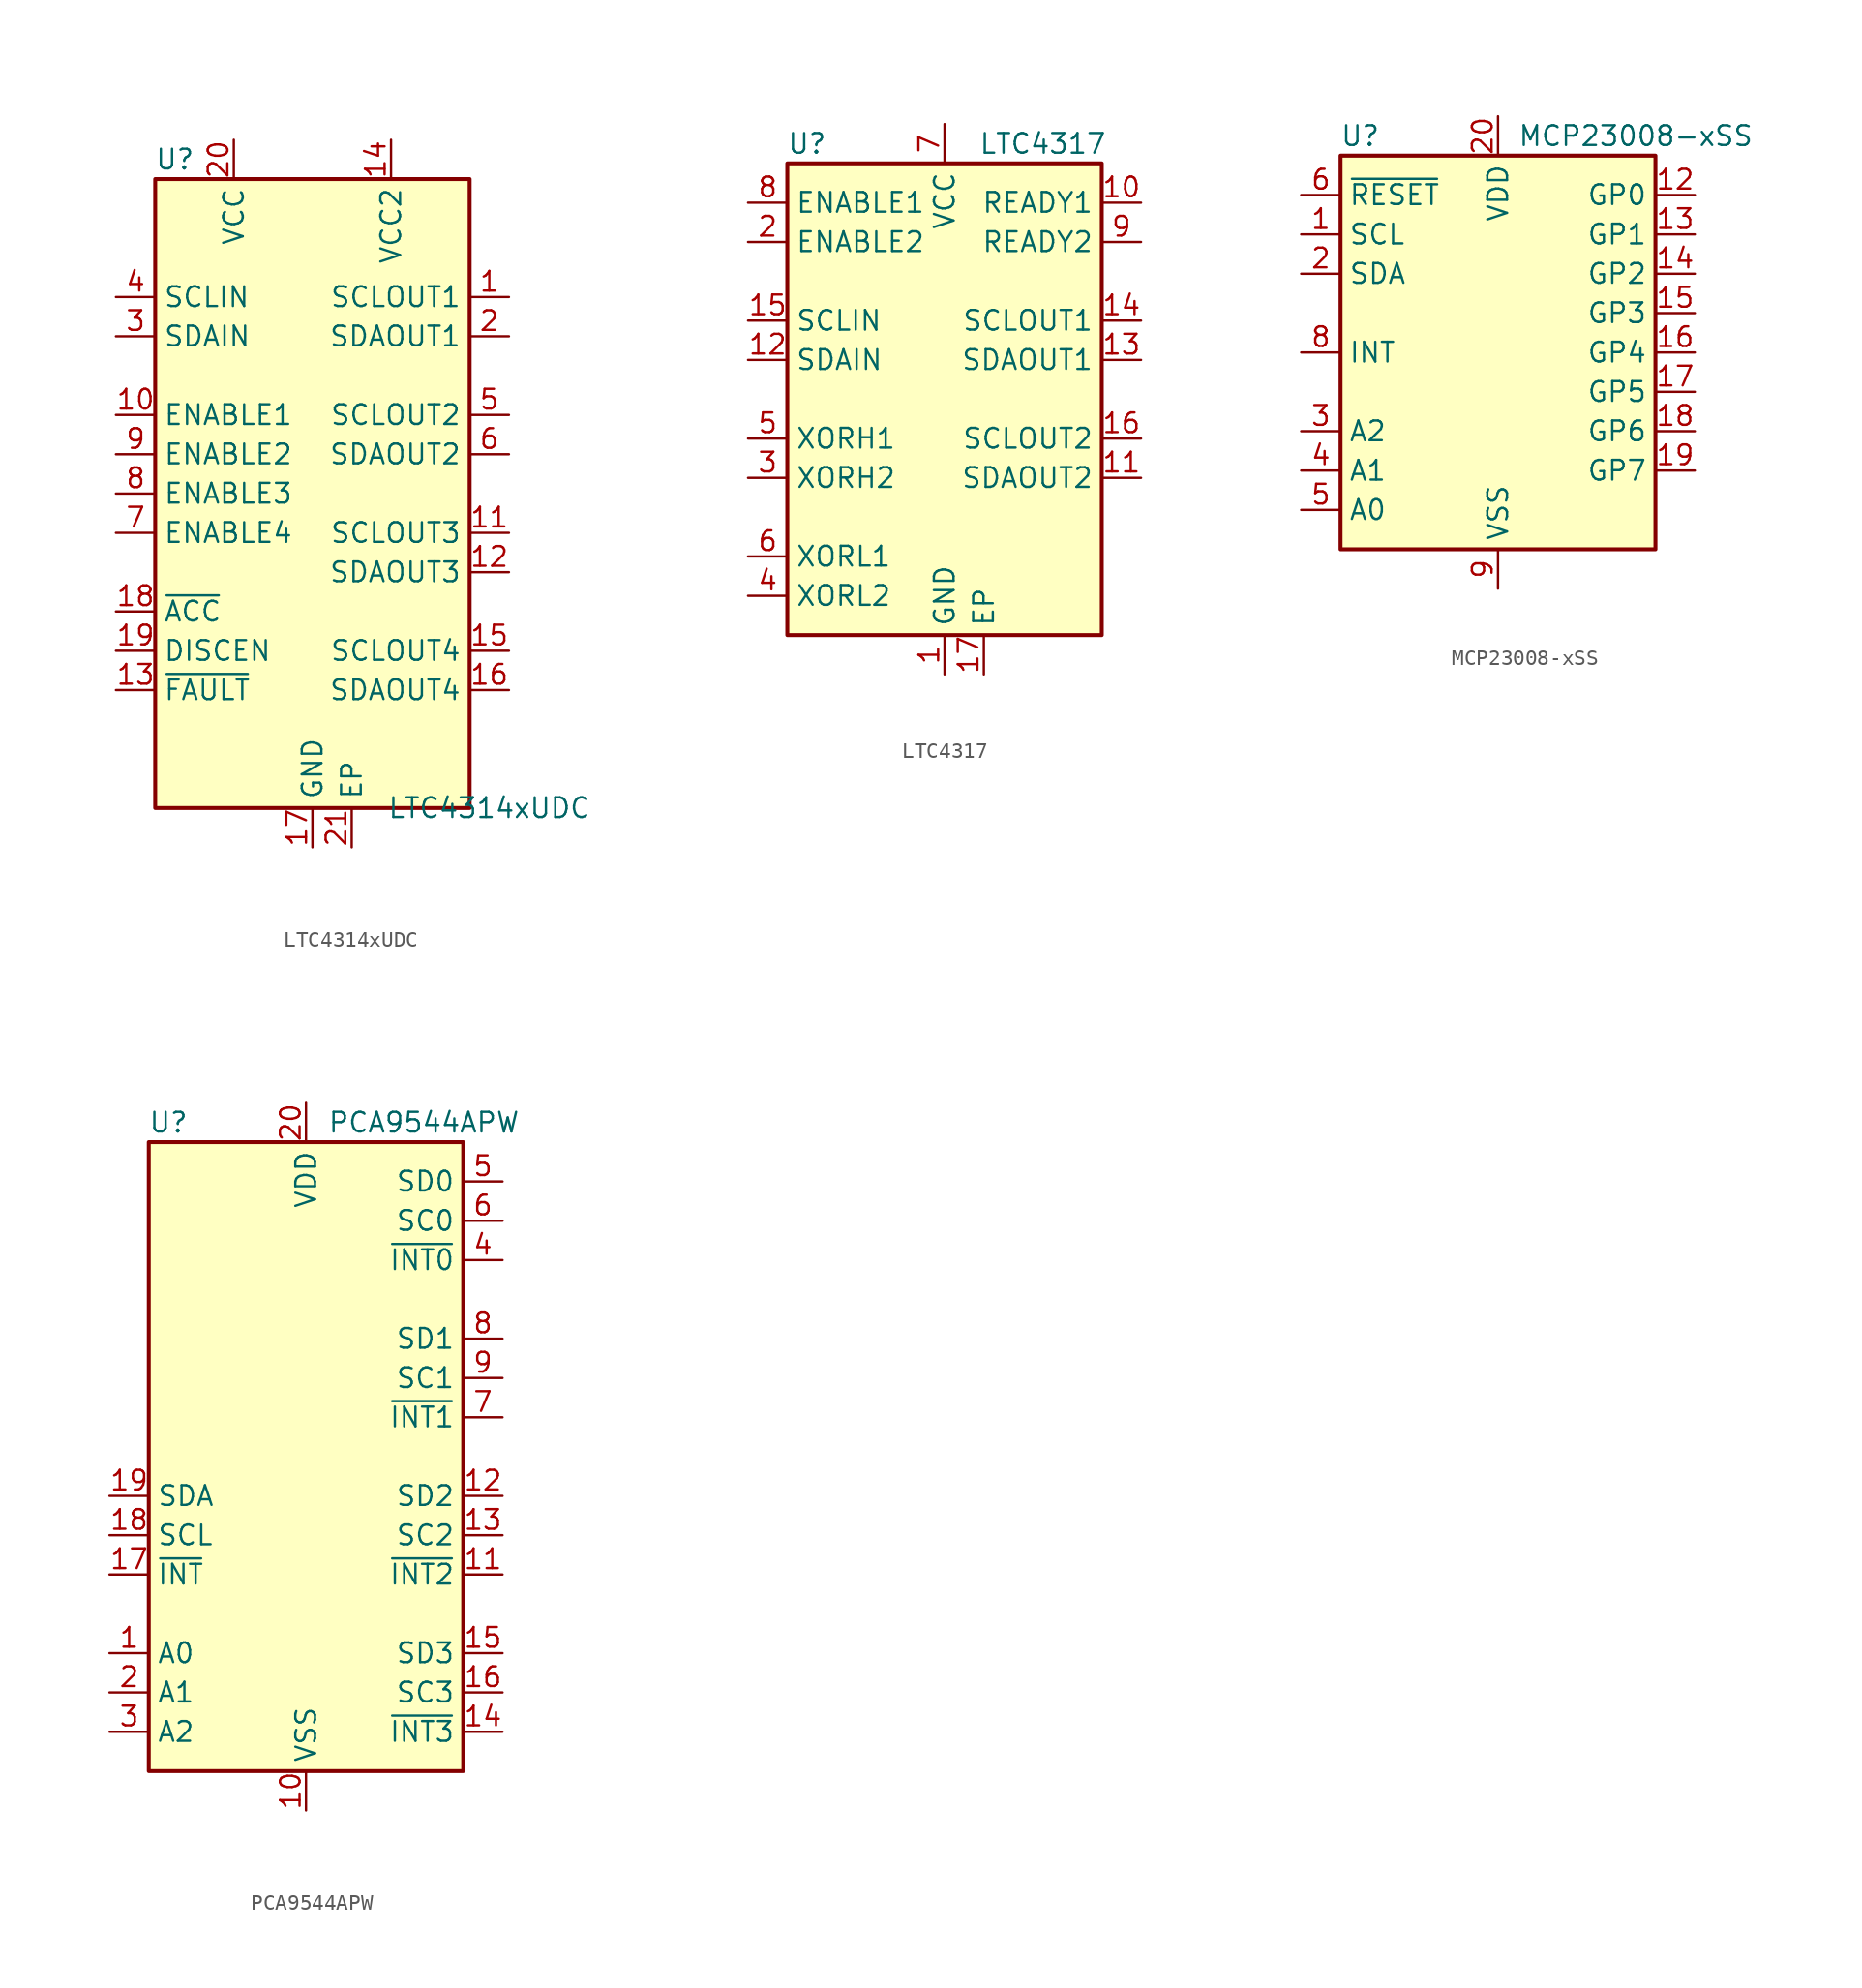
<source format=kicad_sym>
(kicad_symbol_lib
  (version 20201005)
  (generator kicad_symbol_editor)
  (symbol "LTC4314xUDC"
    (property "Reference" "U"
      (at -8.89 21.59 0)
      (effects (font (size 1.27 1.27))))
    (property "Value" "LTC4314xUDC"
      (at 11.43 -20.32 0)
      (effects (font (size 1.27 1.27))))
    (symbol "LTC4314xUDC_0_0"
      (pin bidirectional line (at 12.7 12.7 180) (length 2.54) (name "SCLOUT1" (effects (font (size 1.27 1.27)))) (number "1" (effects (font (size 1.27 1.27))))))
    (symbol "LTC4314xUDC_0_1"
      (rectangle (start -10.16 20.32) (end 10.16 -20.32) (stroke (width 0.254)) (fill (type background))))
    (symbol "LTC4314xUDC_1_1"
      (pin input line (at -12.7 5.08 0) (length 2.54) (name "ENABLE1" (effects (font (size 1.27 1.27)))) (number "10" (effects (font (size 1.27 1.27)))))
      (pin bidirectional line (at 12.7 -2.54 180) (length 2.54) (name "SCLOUT3" (effects (font (size 1.27 1.27)))) (number "11" (effects (font (size 1.27 1.27)))))
      (pin bidirectional line (at 12.7 -5.08 180) (length 2.54) (name "SDAOUT3" (effects (font (size 1.27 1.27)))) (number "12" (effects (font (size 1.27 1.27)))))
      (pin open_collector line (at -12.7 -12.7 0) (length 2.54) (name "~FAULT" (effects (font (size 1.27 1.27)))) (number "13" (effects (font (size 1.27 1.27)))))
      (pin power_in line (at 5.08 22.86 270) (length 2.54) (name "VCC2" (effects (font (size 1.27 1.27)))) (number "14" (effects (font (size 1.27 1.27)))))
      (pin bidirectional line (at 12.7 -10.16 180) (length 2.54) (name "SCLOUT4" (effects (font (size 1.27 1.27)))) (number "15" (effects (font (size 1.27 1.27)))))
      (pin bidirectional line (at 12.7 -12.7 180) (length 2.54) (name "SDAOUT4" (effects (font (size 1.27 1.27)))) (number "16" (effects (font (size 1.27 1.27)))))
      (pin power_in line (at 0 -22.86 90) (length 2.54) (name "GND" (effects (font (size 1.27 1.27)))) (number "17" (effects (font (size 1.27 1.27)))))
      (pin input line (at -12.7 -7.62 0) (length 2.54) (name "~ACC" (effects (font (size 1.27 1.27)))) (number "18" (effects (font (size 1.27 1.27)))))
      (pin input line (at -12.7 -10.16 0) (length 2.54) (name "DISCEN" (effects (font (size 1.27 1.27)))) (number "19" (effects (font (size 1.27 1.27)))))
      (pin bidirectional line (at 12.7 10.16 180) (length 2.54) (name "SDAOUT1" (effects (font (size 1.27 1.27)))) (number "2" (effects (font (size 1.27 1.27)))))
      (pin power_in line (at -5.08 22.86 270) (length 2.54) (name "VCC" (effects (font (size 1.27 1.27)))) (number "20" (effects (font (size 1.27 1.27)))))
      (pin passive line (at 2.54 -22.86 90) (length 2.54) (name "EP" (effects (font (size 1.27 1.27)))) (number "21" (effects (font (size 1.27 1.27)))))
      (pin bidirectional line (at -12.7 10.16 0) (length 2.54) (name "SDAIN" (effects (font (size 1.27 1.27)))) (number "3" (effects (font (size 1.27 1.27)))))
      (pin bidirectional line (at -12.7 12.7 0) (length 2.54) (name "SCLIN" (effects (font (size 1.27 1.27)))) (number "4" (effects (font (size 1.27 1.27)))))
      (pin bidirectional line (at 12.7 5.08 180) (length 2.54) (name "SCLOUT2" (effects (font (size 1.27 1.27)))) (number "5" (effects (font (size 1.27 1.27)))))
      (pin bidirectional line (at 12.7 2.54 180) (length 2.54) (name "SDAOUT2" (effects (font (size 1.27 1.27)))) (number "6" (effects (font (size 1.27 1.27)))))
      (pin input line (at -12.7 -2.54 0) (length 2.54) (name "ENABLE4" (effects (font (size 1.27 1.27)))) (number "7" (effects (font (size 1.27 1.27)))))
      (pin input line (at -12.7 0 0) (length 2.54) (name "ENABLE3" (effects (font (size 1.27 1.27)))) (number "8" (effects (font (size 1.27 1.27)))))
      (pin input line (at -12.7 2.54 0) (length 2.54) (name "ENABLE2" (effects (font (size 1.27 1.27)))) (number "9" (effects (font (size 1.27 1.27)))))))
  (symbol "LTC4317"
    (property "Reference" "U"
      (at -8.89 16.51 0)
      (effects (font (size 1.27 1.27))))
    (property "Value" "LTC4317"
      (at 6.35 16.51 0)
      (effects (font (size 1.27 1.27))))
    (symbol "LTC4317_0_1"
      (rectangle (start -10.16 15.24) (end 10.16 -15.24) (stroke (width 0.254)) (fill (type background))))
    (symbol "LTC4317_1_1"
      (pin power_in line (at 0 -17.78 90) (length 2.54) (name "GND" (effects (font (size 1.27 1.27)))) (number "1" (effects (font (size 1.27 1.27)))))
      (pin open_collector line (at 12.7 12.7 180) (length 2.54) (name "READY1" (effects (font (size 1.27 1.27)))) (number "10" (effects (font (size 1.27 1.27)))))
      (pin bidirectional line (at 12.7 -5.08 180) (length 2.54) (name "SDAOUT2" (effects (font (size 1.27 1.27)))) (number "11" (effects (font (size 1.27 1.27)))))
      (pin bidirectional line (at -12.7 2.54 0) (length 2.54) (name "SDAIN" (effects (font (size 1.27 1.27)))) (number "12" (effects (font (size 1.27 1.27)))))
      (pin bidirectional line (at 12.7 2.54 180) (length 2.54) (name "SDAOUT1" (effects (font (size 1.27 1.27)))) (number "13" (effects (font (size 1.27 1.27)))))
      (pin output line (at 12.7 5.08 180) (length 2.54) (name "SCLOUT1" (effects (font (size 1.27 1.27)))) (number "14" (effects (font (size 1.27 1.27)))))
      (pin input line (at -12.7 5.08 0) (length 2.54) (name "SCLIN" (effects (font (size 1.27 1.27)))) (number "15" (effects (font (size 1.27 1.27)))))
      (pin output line (at 12.7 -2.54 180) (length 2.54) (name "SCLOUT2" (effects (font (size 1.27 1.27)))) (number "16" (effects (font (size 1.27 1.27)))))
      (pin passive line (at 2.54 -17.78 90) (length 2.54) (name "EP" (effects (font (size 1.27 1.27)))) (number "17" (effects (font (size 1.27 1.27)))))
      (pin input line (at -12.7 10.16 0) (length 2.54) (name "ENABLE2" (effects (font (size 1.27 1.27)))) (number "2" (effects (font (size 1.27 1.27)))))
      (pin input line (at -12.7 -5.08 0) (length 2.54) (name "XORH2" (effects (font (size 1.27 1.27)))) (number "3" (effects (font (size 1.27 1.27)))))
      (pin input line (at -12.7 -12.7 0) (length 2.54) (name "XORL2" (effects (font (size 1.27 1.27)))) (number "4" (effects (font (size 1.27 1.27)))))
      (pin input line (at -12.7 -2.54 0) (length 2.54) (name "XORH1" (effects (font (size 1.27 1.27)))) (number "5" (effects (font (size 1.27 1.27)))))
      (pin input line (at -12.7 -10.16 0) (length 2.54) (name "XORL1" (effects (font (size 1.27 1.27)))) (number "6" (effects (font (size 1.27 1.27)))))
      (pin power_in line (at 0 17.78 270) (length 2.54) (name "VCC" (effects (font (size 1.27 1.27)))) (number "7" (effects (font (size 1.27 1.27)))))
      (pin input line (at -12.7 12.7 0) (length 2.54) (name "ENABLE1" (effects (font (size 1.27 1.27)))) (number "8" (effects (font (size 1.27 1.27)))))
      (pin open_collector line (at 12.7 10.16 180) (length 2.54) (name "READY2" (effects (font (size 1.27 1.27)))) (number "9" (effects (font (size 1.27 1.27)))))))
  (symbol "MCP23008-xSS"
    (property "Reference" "U"
      (at -8.89 13.97 0)
      (effects (font (size 1.27 1.27))))
    (property "Value" "MCP23008-xSS"
      (at 8.89 13.97 0)
      (effects (font (size 1.27 1.27))))
    (symbol "MCP23008-xSS_0_1"
      (rectangle (start -10.16 12.7) (end 10.16 -12.7) (stroke (width 0.254)) (fill (type background))))
    (symbol "MCP23008-xSS_1_1"
      (pin input line (at -12.7 7.62 0) (length 2.54) (name "SCL" (effects (font (size 1.27 1.27)))) (number "1" (effects (font (size 1.27 1.27)))))
      (pin no_connect line (at -10.16 -2.54 0) (length 2.54) hide (name "NC" (effects (font (size 1.27 1.27)))) (number "10" (effects (font (size 1.27 1.27)))))
      (pin no_connect line (at 10.16 -10.16 180) (length 2.54) hide (name "NC" (effects (font (size 1.27 1.27)))) (number "11" (effects (font (size 1.27 1.27)))))
      (pin bidirectional line (at 12.7 10.16 180) (length 2.54) (name "GP0" (effects (font (size 1.27 1.27)))) (number "12" (effects (font (size 1.27 1.27)))))
      (pin bidirectional line (at 12.7 7.62 180) (length 2.54) (name "GP1" (effects (font (size 1.27 1.27)))) (number "13" (effects (font (size 1.27 1.27)))))
      (pin bidirectional line (at 12.7 5.08 180) (length 2.54) (name "GP2" (effects (font (size 1.27 1.27)))) (number "14" (effects (font (size 1.27 1.27)))))
      (pin bidirectional line (at 12.7 2.54 180) (length 2.54) (name "GP3" (effects (font (size 1.27 1.27)))) (number "15" (effects (font (size 1.27 1.27)))))
      (pin bidirectional line (at 12.7 0 180) (length 2.54) (name "GP4" (effects (font (size 1.27 1.27)))) (number "16" (effects (font (size 1.27 1.27)))))
      (pin bidirectional line (at 12.7 -2.54 180) (length 2.54) (name "GP5" (effects (font (size 1.27 1.27)))) (number "17" (effects (font (size 1.27 1.27)))))
      (pin bidirectional line (at 12.7 -5.08 180) (length 2.54) (name "GP6" (effects (font (size 1.27 1.27)))) (number "18" (effects (font (size 1.27 1.27)))))
      (pin bidirectional line (at 12.7 -7.62 180) (length 2.54) (name "GP7" (effects (font (size 1.27 1.27)))) (number "19" (effects (font (size 1.27 1.27)))))
      (pin bidirectional line (at -12.7 5.08 0) (length 2.54) (name "SDA" (effects (font (size 1.27 1.27)))) (number "2" (effects (font (size 1.27 1.27)))))
      (pin power_in line (at 0 15.24 270) (length 2.54) (name "VDD" (effects (font (size 1.27 1.27)))) (number "20" (effects (font (size 1.27 1.27)))))
      (pin input line (at -12.7 -5.08 0) (length 2.54) (name "A2" (effects (font (size 1.27 1.27)))) (number "3" (effects (font (size 1.27 1.27)))))
      (pin input line (at -12.7 -7.62 0) (length 2.54) (name "A1" (effects (font (size 1.27 1.27)))) (number "4" (effects (font (size 1.27 1.27)))))
      (pin input line (at -12.7 -10.16 0) (length 2.54) (name "A0" (effects (font (size 1.27 1.27)))) (number "5" (effects (font (size 1.27 1.27)))))
      (pin input line (at -12.7 10.16 0) (length 2.54) (name "~RESET" (effects (font (size 1.27 1.27)))) (number "6" (effects (font (size 1.27 1.27)))))
      (pin no_connect line (at -10.16 2.54 0) (length 2.54) hide (name "NC" (effects (font (size 1.27 1.27)))) (number "7" (effects (font (size 1.27 1.27)))))
      (pin output line (at -12.7 0 0) (length 2.54) (name "INT" (effects (font (size 1.27 1.27)))) (number "8" (effects (font (size 1.27 1.27)))))
      (pin power_in line (at 0 -15.24 90) (length 2.54) (name "VSS" (effects (font (size 1.27 1.27)))) (number "9" (effects (font (size 1.27 1.27)))))))
  (symbol "PCA9544APW"
    (property "Reference" "U"
      (at -8.89 21.59 0)
      (effects (font (size 1.27 1.27))))
    (property "Value" "PCA9544APW"
      (at 7.62 21.59 0)
      (effects (font (size 1.27 1.27))))
    (symbol "PCA9544APW_0_1"
      (rectangle (start 10.16 20.32) (end -10.16 -20.32) (stroke (width 0.254)) (fill (type background))))
    (symbol "PCA9544APW_1_1"
      (pin input line (at -12.7 -12.7 0) (length 2.54) (name "A0" (effects (font (size 1.27 1.27)))) (number "1" (effects (font (size 1.27 1.27)))))
      (pin power_in line (at 0 -22.86 90) (length 2.54) (name "VSS" (effects (font (size 1.27 1.27)))) (number "10" (effects (font (size 1.27 1.27)))))
      (pin input line (at 12.7 -7.62 180) (length 2.54) (name "~INT2" (effects (font (size 1.27 1.27)))) (number "11" (effects (font (size 1.27 1.27)))))
      (pin bidirectional line (at 12.7 -2.54 180) (length 2.54) (name "SD2" (effects (font (size 1.27 1.27)))) (number "12" (effects (font (size 1.27 1.27)))))
      (pin output line (at 12.7 -5.08 180) (length 2.54) (name "SC2" (effects (font (size 1.27 1.27)))) (number "13" (effects (font (size 1.27 1.27)))))
      (pin input line (at 12.7 -17.78 180) (length 2.54) (name "~INT3" (effects (font (size 1.27 1.27)))) (number "14" (effects (font (size 1.27 1.27)))))
      (pin bidirectional line (at 12.7 -12.7 180) (length 2.54) (name "SD3" (effects (font (size 1.27 1.27)))) (number "15" (effects (font (size 1.27 1.27)))))
      (pin output line (at 12.7 -15.24 180) (length 2.54) (name "SC3" (effects (font (size 1.27 1.27)))) (number "16" (effects (font (size 1.27 1.27)))))
      (pin open_collector line (at -12.7 -7.62 0) (length 2.54) (name "~INT" (effects (font (size 1.27 1.27)))) (number "17" (effects (font (size 1.27 1.27)))))
      (pin input line (at -12.7 -5.08 0) (length 2.54) (name "SCL" (effects (font (size 1.27 1.27)))) (number "18" (effects (font (size 1.27 1.27)))))
      (pin bidirectional line (at -12.7 -2.54 0) (length 2.54) (name "SDA" (effects (font (size 1.27 1.27)))) (number "19" (effects (font (size 1.27 1.27)))))
      (pin input line (at -12.7 -15.24 0) (length 2.54) (name "A1" (effects (font (size 1.27 1.27)))) (number "2" (effects (font (size 1.27 1.27)))))
      (pin power_in line (at 0 22.86 270) (length 2.54) (name "VDD" (effects (font (size 1.27 1.27)))) (number "20" (effects (font (size 1.27 1.27)))))
      (pin input line (at -12.7 -17.78 0) (length 2.54) (name "A2" (effects (font (size 1.27 1.27)))) (number "3" (effects (font (size 1.27 1.27)))))
      (pin input line (at 12.7 12.7 180) (length 2.54) (name "~INT0" (effects (font (size 1.27 1.27)))) (number "4" (effects (font (size 1.27 1.27)))))
      (pin bidirectional line (at 12.7 17.78 180) (length 2.54) (name "SD0" (effects (font (size 1.27 1.27)))) (number "5" (effects (font (size 1.27 1.27)))))
      (pin output line (at 12.7 15.24 180) (length 2.54) (name "SC0" (effects (font (size 1.27 1.27)))) (number "6" (effects (font (size 1.27 1.27)))))
      (pin input line (at 12.7 2.54 180) (length 2.54) (name "~INT1" (effects (font (size 1.27 1.27)))) (number "7" (effects (font (size 1.27 1.27)))))
      (pin bidirectional line (at 12.7 7.62 180) (length 2.54) (name "SD1" (effects (font (size 1.27 1.27)))) (number "8" (effects (font (size 1.27 1.27)))))
      (pin output line (at 12.7 5.08 180) (length 2.54) (name "SC1" (effects (font (size 1.27 1.27)))) (number "9" (effects (font (size 1.27 1.27))))))))
</source>
